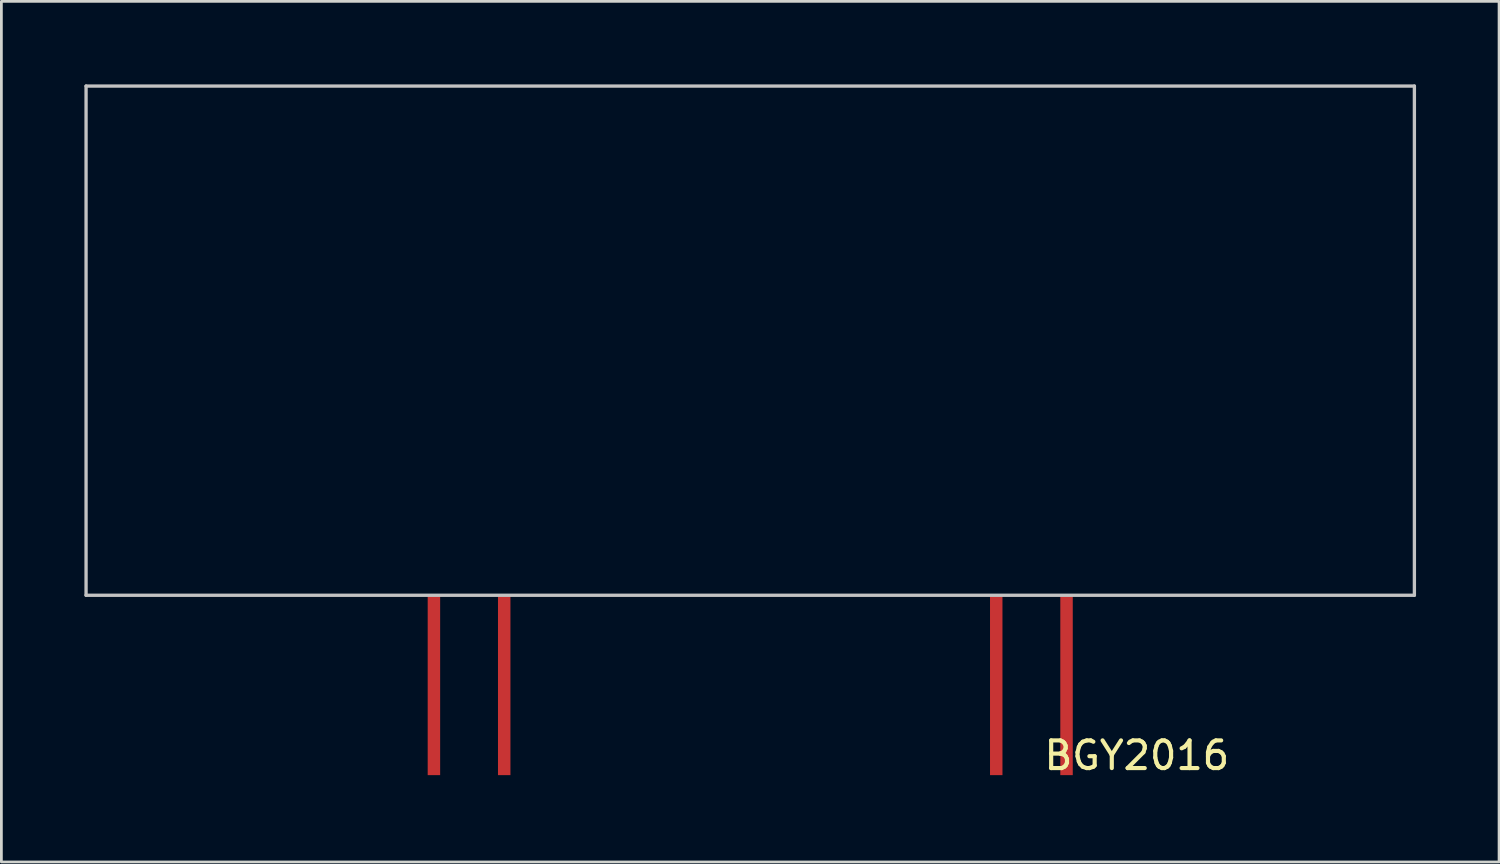
<source format=kicad_pcb>
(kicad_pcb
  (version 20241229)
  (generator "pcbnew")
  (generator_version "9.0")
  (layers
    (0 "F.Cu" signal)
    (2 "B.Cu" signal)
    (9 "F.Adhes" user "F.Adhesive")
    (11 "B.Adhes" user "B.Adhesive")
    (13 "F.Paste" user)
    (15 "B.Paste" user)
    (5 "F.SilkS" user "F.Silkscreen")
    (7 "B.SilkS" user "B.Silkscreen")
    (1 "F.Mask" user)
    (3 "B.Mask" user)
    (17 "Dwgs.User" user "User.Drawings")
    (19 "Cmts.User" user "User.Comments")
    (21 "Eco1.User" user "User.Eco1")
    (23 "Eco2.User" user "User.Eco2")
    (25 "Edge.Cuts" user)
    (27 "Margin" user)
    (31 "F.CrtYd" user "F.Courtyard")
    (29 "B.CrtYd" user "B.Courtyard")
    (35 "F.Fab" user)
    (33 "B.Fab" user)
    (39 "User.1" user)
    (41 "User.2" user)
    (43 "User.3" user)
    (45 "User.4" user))
  (footprint "BGY2016"
    (layer "F.Cu")
    (at 24.06 21.71)
    (property "Reference" "BGY2016" (at 13.97 2.54 0) (layer "F.SilkS") (effects (font (size 1 1) (thickness 0.15))))
    (attr through_hole)
    (fp_line (start -24 -21.65) (end 24 -21.65) (stroke (width 0.12) (type solid)) (layer "Dwgs.User"))
    (fp_line (start -24 -3.25) (end -24 -21.65) (stroke (width 0.12) (type solid)) (layer "Dwgs.User"))
    (fp_line (start 24 -3.25) (end -24 -3.25) (stroke (width 0.12) (type solid)) (layer "Dwgs.User"))
    (fp_line (start 24 -3.25) (end 24 -21.65) (stroke (width 0.12) (type solid)) (layer "Dwgs.User"))
    (pad "1" smd rect (at -11.43 0) (size 0.45 6.5) (layers "F.Cu" "F.Mask" "F.Paste"))
    (pad "2" smd rect (at -8.89 0) (size 0.45 6.5) (layers "F.Cu" "F.Mask" "F.Paste"))
    (pad "3" smd rect (at 8.89 0) (size 0.45 6.5) (layers "F.Cu" "F.Mask" "F.Paste"))
    (pad "4" smd rect (at 11.43 0) (size 0.45 6.5) (layers "F.Cu" "F.Mask" "F.Paste")))
  (gr_rect
    (start -3 -3)
    (end 51.12 28.098)
    (stroke (width 0.1) (type default))
    (fill no)
    (layer "Edge.Cuts")))
</source>
